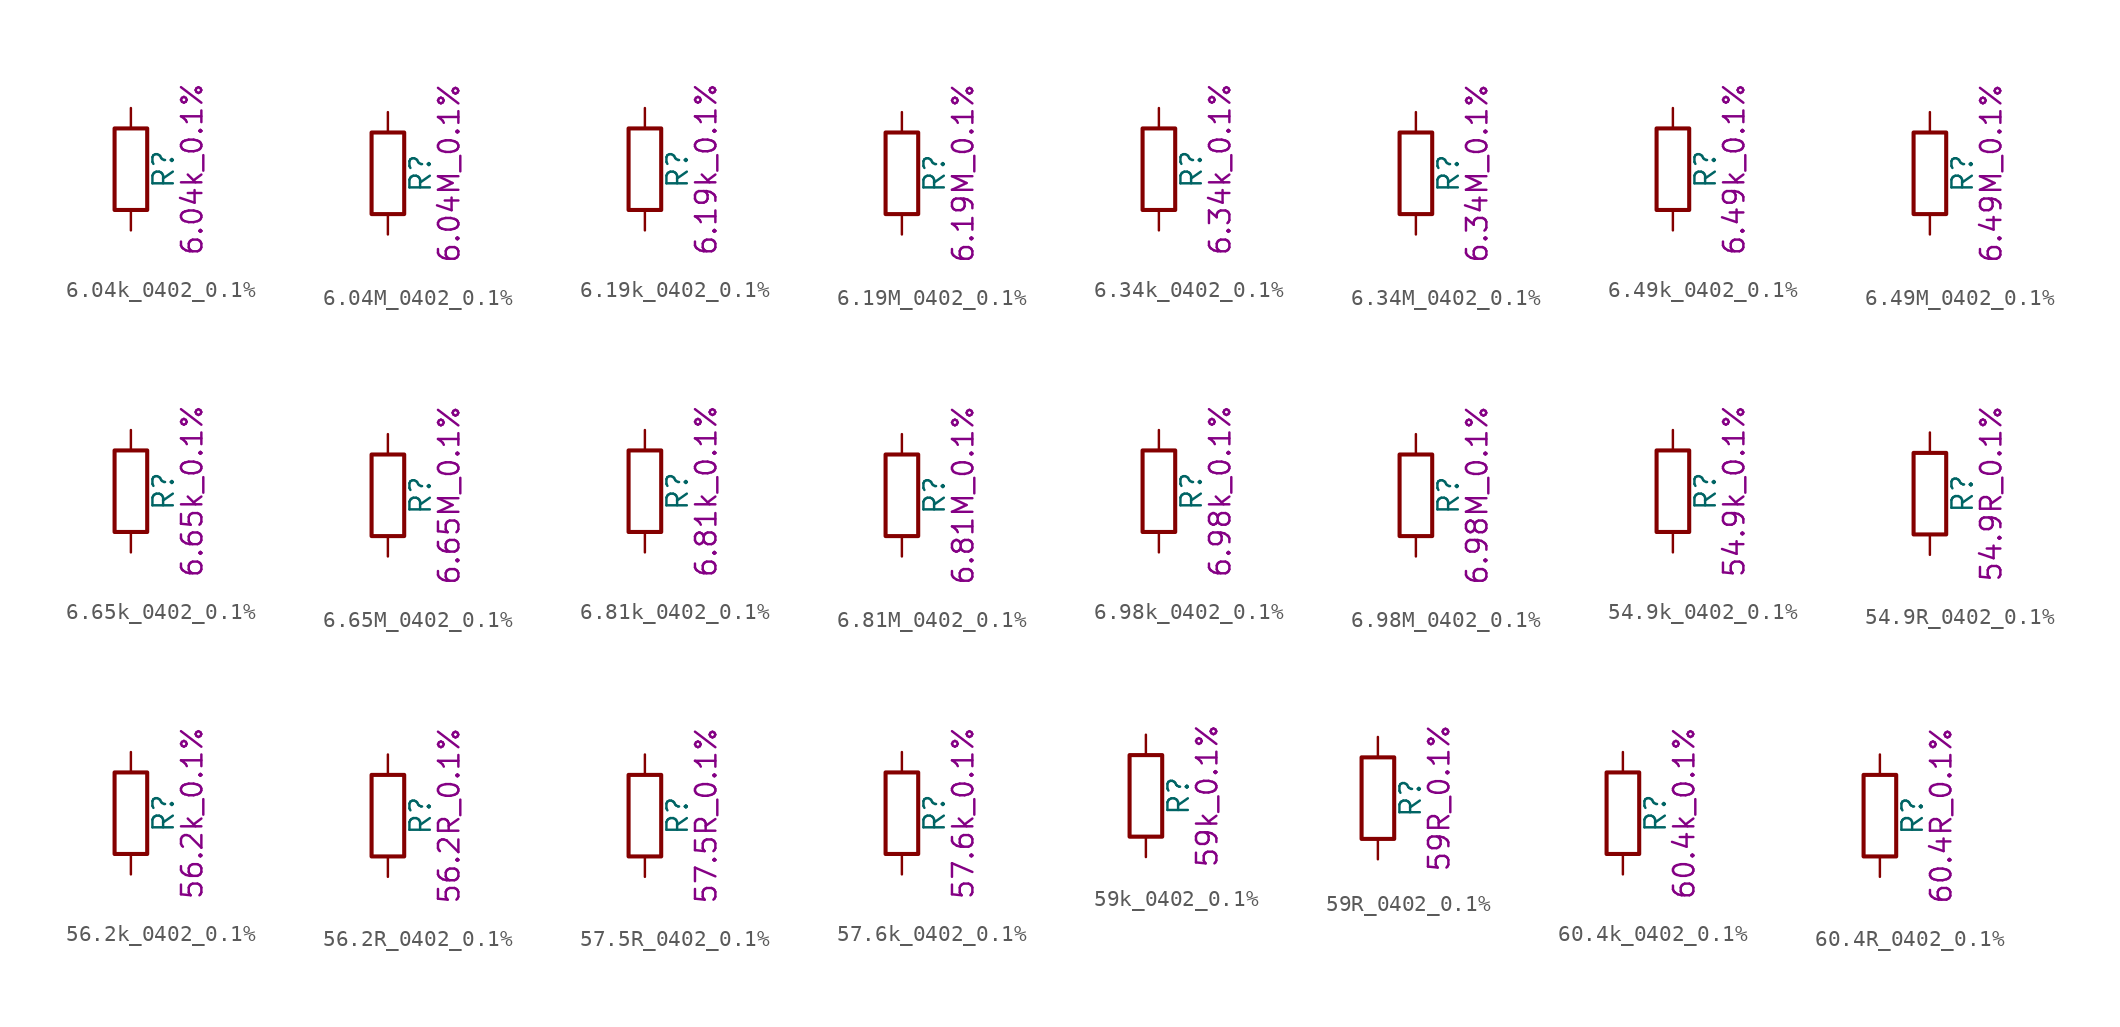
<source format=kicad_sym>
(kicad_symbol_lib
  (version 20211014)
  (generator kicad_symbol_editor)
  (symbol "6.04k_0402_0.1%"
    (pin_numbers hide)
    (pin_names
      (offset 0))
    (property "Reference" "R"
      (at 2.032 0 90)
      (effects (font (size 1.27 1.27))))
    (property "Display" "6.04k_0.1%"
      (at 3.81 0 90)
      (effects (font (size 1.27 1.27))))
    (symbol "6.04k_0402_0.1%_0_1"
      (rectangle (start -1.016 -2.54) (end 1.016 2.54) (stroke (width 0.254) (type default) (color 0 0 0 0)) (fill (type none))))
    (symbol "6.04k_0402_0.1%_1_1"
      (pin passive line (at 0 3.81 270) (length 1.27) (name "~" (effects (font (size 1.27 1.27)))) (number "1" (effects (font (size 1.27 1.27)))))
      (pin passive line (at 0 -3.81 90) (length 1.27) (name "~" (effects (font (size 1.27 1.27)))) (number "2" (effects (font (size 1.27 1.27)))))))
  (symbol "6.04M_0402_0.1%"
    (pin_numbers hide)
    (pin_names
      (offset 0))
    (property "Reference" "R"
      (at 2.032 0 90)
      (effects (font (size 1.27 1.27))))
    (property "Display" "6.04M_0.1%"
      (at 3.81 0 90)
      (effects (font (size 1.27 1.27))))
    (symbol "6.04M_0402_0.1%_0_1"
      (rectangle (start -1.016 -2.54) (end 1.016 2.54) (stroke (width 0.254) (type default) (color 0 0 0 0)) (fill (type none))))
    (symbol "6.04M_0402_0.1%_1_1"
      (pin passive line (at 0 3.81 270) (length 1.27) (name "~" (effects (font (size 1.27 1.27)))) (number "1" (effects (font (size 1.27 1.27)))))
      (pin passive line (at 0 -3.81 90) (length 1.27) (name "~" (effects (font (size 1.27 1.27)))) (number "2" (effects (font (size 1.27 1.27)))))))
  (symbol "6.19k_0402_0.1%"
    (pin_numbers hide)
    (pin_names
      (offset 0))
    (property "Reference" "R"
      (at 2.032 0 90)
      (effects (font (size 1.27 1.27))))
    (property "Display" "6.19k_0.1%"
      (at 3.81 0 90)
      (effects (font (size 1.27 1.27))))
    (symbol "6.19k_0402_0.1%_0_1"
      (rectangle (start -1.016 -2.54) (end 1.016 2.54) (stroke (width 0.254) (type default) (color 0 0 0 0)) (fill (type none))))
    (symbol "6.19k_0402_0.1%_1_1"
      (pin passive line (at 0 3.81 270) (length 1.27) (name "~" (effects (font (size 1.27 1.27)))) (number "1" (effects (font (size 1.27 1.27)))))
      (pin passive line (at 0 -3.81 90) (length 1.27) (name "~" (effects (font (size 1.27 1.27)))) (number "2" (effects (font (size 1.27 1.27)))))))
  (symbol "6.19M_0402_0.1%"
    (pin_numbers hide)
    (pin_names
      (offset 0))
    (property "Reference" "R"
      (at 2.032 0 90)
      (effects (font (size 1.27 1.27))))
    (property "Display" "6.19M_0.1%"
      (at 3.81 0 90)
      (effects (font (size 1.27 1.27))))
    (symbol "6.19M_0402_0.1%_0_1"
      (rectangle (start -1.016 -2.54) (end 1.016 2.54) (stroke (width 0.254) (type default) (color 0 0 0 0)) (fill (type none))))
    (symbol "6.19M_0402_0.1%_1_1"
      (pin passive line (at 0 3.81 270) (length 1.27) (name "~" (effects (font (size 1.27 1.27)))) (number "1" (effects (font (size 1.27 1.27)))))
      (pin passive line (at 0 -3.81 90) (length 1.27) (name "~" (effects (font (size 1.27 1.27)))) (number "2" (effects (font (size 1.27 1.27)))))))
  (symbol "6.34k_0402_0.1%"
    (pin_numbers hide)
    (pin_names
      (offset 0))
    (property "Reference" "R"
      (at 2.032 0 90)
      (effects (font (size 1.27 1.27))))
    (property "Display" "6.34k_0.1%"
      (at 3.81 0 90)
      (effects (font (size 1.27 1.27))))
    (symbol "6.34k_0402_0.1%_0_1"
      (rectangle (start -1.016 -2.54) (end 1.016 2.54) (stroke (width 0.254) (type default) (color 0 0 0 0)) (fill (type none))))
    (symbol "6.34k_0402_0.1%_1_1"
      (pin passive line (at 0 3.81 270) (length 1.27) (name "~" (effects (font (size 1.27 1.27)))) (number "1" (effects (font (size 1.27 1.27)))))
      (pin passive line (at 0 -3.81 90) (length 1.27) (name "~" (effects (font (size 1.27 1.27)))) (number "2" (effects (font (size 1.27 1.27)))))))
  (symbol "6.34M_0402_0.1%"
    (pin_numbers hide)
    (pin_names
      (offset 0))
    (property "Reference" "R"
      (at 2.032 0 90)
      (effects (font (size 1.27 1.27))))
    (property "Display" "6.34M_0.1%"
      (at 3.81 0 90)
      (effects (font (size 1.27 1.27))))
    (symbol "6.34M_0402_0.1%_0_1"
      (rectangle (start -1.016 -2.54) (end 1.016 2.54) (stroke (width 0.254) (type default) (color 0 0 0 0)) (fill (type none))))
    (symbol "6.34M_0402_0.1%_1_1"
      (pin passive line (at 0 3.81 270) (length 1.27) (name "~" (effects (font (size 1.27 1.27)))) (number "1" (effects (font (size 1.27 1.27)))))
      (pin passive line (at 0 -3.81 90) (length 1.27) (name "~" (effects (font (size 1.27 1.27)))) (number "2" (effects (font (size 1.27 1.27)))))))
  (symbol "6.49k_0402_0.1%"
    (pin_numbers hide)
    (pin_names
      (offset 0))
    (property "Reference" "R"
      (at 2.032 0 90)
      (effects (font (size 1.27 1.27))))
    (property "Display" "6.49k_0.1%"
      (at 3.81 0 90)
      (effects (font (size 1.27 1.27))))
    (symbol "6.49k_0402_0.1%_0_1"
      (rectangle (start -1.016 -2.54) (end 1.016 2.54) (stroke (width 0.254) (type default) (color 0 0 0 0)) (fill (type none))))
    (symbol "6.49k_0402_0.1%_1_1"
      (pin passive line (at 0 3.81 270) (length 1.27) (name "~" (effects (font (size 1.27 1.27)))) (number "1" (effects (font (size 1.27 1.27)))))
      (pin passive line (at 0 -3.81 90) (length 1.27) (name "~" (effects (font (size 1.27 1.27)))) (number "2" (effects (font (size 1.27 1.27)))))))
  (symbol "6.49M_0402_0.1%"
    (pin_numbers hide)
    (pin_names
      (offset 0))
    (property "Reference" "R"
      (at 2.032 0 90)
      (effects (font (size 1.27 1.27))))
    (property "Display" "6.49M_0.1%"
      (at 3.81 0 90)
      (effects (font (size 1.27 1.27))))
    (symbol "6.49M_0402_0.1%_0_1"
      (rectangle (start -1.016 -2.54) (end 1.016 2.54) (stroke (width 0.254) (type default) (color 0 0 0 0)) (fill (type none))))
    (symbol "6.49M_0402_0.1%_1_1"
      (pin passive line (at 0 3.81 270) (length 1.27) (name "~" (effects (font (size 1.27 1.27)))) (number "1" (effects (font (size 1.27 1.27)))))
      (pin passive line (at 0 -3.81 90) (length 1.27) (name "~" (effects (font (size 1.27 1.27)))) (number "2" (effects (font (size 1.27 1.27)))))))
  (symbol "6.65k_0402_0.1%"
    (pin_numbers hide)
    (pin_names
      (offset 0))
    (property "Reference" "R"
      (at 2.032 0 90)
      (effects (font (size 1.27 1.27))))
    (property "Display" "6.65k_0.1%"
      (at 3.81 0 90)
      (effects (font (size 1.27 1.27))))
    (symbol "6.65k_0402_0.1%_0_1"
      (rectangle (start -1.016 -2.54) (end 1.016 2.54) (stroke (width 0.254) (type default) (color 0 0 0 0)) (fill (type none))))
    (symbol "6.65k_0402_0.1%_1_1"
      (pin passive line (at 0 3.81 270) (length 1.27) (name "~" (effects (font (size 1.27 1.27)))) (number "1" (effects (font (size 1.27 1.27)))))
      (pin passive line (at 0 -3.81 90) (length 1.27) (name "~" (effects (font (size 1.27 1.27)))) (number "2" (effects (font (size 1.27 1.27)))))))
  (symbol "6.65M_0402_0.1%"
    (pin_numbers hide)
    (pin_names
      (offset 0))
    (property "Reference" "R"
      (at 2.032 0 90)
      (effects (font (size 1.27 1.27))))
    (property "Display" "6.65M_0.1%"
      (at 3.81 0 90)
      (effects (font (size 1.27 1.27))))
    (symbol "6.65M_0402_0.1%_0_1"
      (rectangle (start -1.016 -2.54) (end 1.016 2.54) (stroke (width 0.254) (type default) (color 0 0 0 0)) (fill (type none))))
    (symbol "6.65M_0402_0.1%_1_1"
      (pin passive line (at 0 3.81 270) (length 1.27) (name "~" (effects (font (size 1.27 1.27)))) (number "1" (effects (font (size 1.27 1.27)))))
      (pin passive line (at 0 -3.81 90) (length 1.27) (name "~" (effects (font (size 1.27 1.27)))) (number "2" (effects (font (size 1.27 1.27)))))))
  (symbol "6.81k_0402_0.1%"
    (pin_numbers hide)
    (pin_names
      (offset 0))
    (property "Reference" "R"
      (at 2.032 0 90)
      (effects (font (size 1.27 1.27))))
    (property "Display" "6.81k_0.1%"
      (at 3.81 0 90)
      (effects (font (size 1.27 1.27))))
    (symbol "6.81k_0402_0.1%_0_1"
      (rectangle (start -1.016 -2.54) (end 1.016 2.54) (stroke (width 0.254) (type default) (color 0 0 0 0)) (fill (type none))))
    (symbol "6.81k_0402_0.1%_1_1"
      (pin passive line (at 0 3.81 270) (length 1.27) (name "~" (effects (font (size 1.27 1.27)))) (number "1" (effects (font (size 1.27 1.27)))))
      (pin passive line (at 0 -3.81 90) (length 1.27) (name "~" (effects (font (size 1.27 1.27)))) (number "2" (effects (font (size 1.27 1.27)))))))
  (symbol "6.81M_0402_0.1%"
    (pin_numbers hide)
    (pin_names
      (offset 0))
    (property "Reference" "R"
      (at 2.032 0 90)
      (effects (font (size 1.27 1.27))))
    (property "Display" "6.81M_0.1%"
      (at 3.81 0 90)
      (effects (font (size 1.27 1.27))))
    (symbol "6.81M_0402_0.1%_0_1"
      (rectangle (start -1.016 -2.54) (end 1.016 2.54) (stroke (width 0.254) (type default) (color 0 0 0 0)) (fill (type none))))
    (symbol "6.81M_0402_0.1%_1_1"
      (pin passive line (at 0 3.81 270) (length 1.27) (name "~" (effects (font (size 1.27 1.27)))) (number "1" (effects (font (size 1.27 1.27)))))
      (pin passive line (at 0 -3.81 90) (length 1.27) (name "~" (effects (font (size 1.27 1.27)))) (number "2" (effects (font (size 1.27 1.27)))))))
  (symbol "6.98k_0402_0.1%"
    (pin_numbers hide)
    (pin_names
      (offset 0))
    (property "Reference" "R"
      (at 2.032 0 90)
      (effects (font (size 1.27 1.27))))
    (property "Display" "6.98k_0.1%"
      (at 3.81 0 90)
      (effects (font (size 1.27 1.27))))
    (symbol "6.98k_0402_0.1%_0_1"
      (rectangle (start -1.016 -2.54) (end 1.016 2.54) (stroke (width 0.254) (type default) (color 0 0 0 0)) (fill (type none))))
    (symbol "6.98k_0402_0.1%_1_1"
      (pin passive line (at 0 3.81 270) (length 1.27) (name "~" (effects (font (size 1.27 1.27)))) (number "1" (effects (font (size 1.27 1.27)))))
      (pin passive line (at 0 -3.81 90) (length 1.27) (name "~" (effects (font (size 1.27 1.27)))) (number "2" (effects (font (size 1.27 1.27)))))))
  (symbol "6.98M_0402_0.1%"
    (pin_numbers hide)
    (pin_names
      (offset 0))
    (property "Reference" "R"
      (at 2.032 0 90)
      (effects (font (size 1.27 1.27))))
    (property "Display" "6.98M_0.1%"
      (at 3.81 0 90)
      (effects (font (size 1.27 1.27))))
    (symbol "6.98M_0402_0.1%_0_1"
      (rectangle (start -1.016 -2.54) (end 1.016 2.54) (stroke (width 0.254) (type default) (color 0 0 0 0)) (fill (type none))))
    (symbol "6.98M_0402_0.1%_1_1"
      (pin passive line (at 0 3.81 270) (length 1.27) (name "~" (effects (font (size 1.27 1.27)))) (number "1" (effects (font (size 1.27 1.27)))))
      (pin passive line (at 0 -3.81 90) (length 1.27) (name "~" (effects (font (size 1.27 1.27)))) (number "2" (effects (font (size 1.27 1.27)))))))
  (symbol "54.9k_0402_0.1%"
    (pin_numbers hide)
    (pin_names
      (offset 0))
    (property "Reference" "R"
      (at 2.032 0 90)
      (effects (font (size 1.27 1.27))))
    (property "Display" "54.9k_0.1%"
      (at 3.81 0 90)
      (effects (font (size 1.27 1.27))))
    (symbol "54.9k_0402_0.1%_0_1"
      (rectangle (start -1.016 -2.54) (end 1.016 2.54) (stroke (width 0.254) (type default) (color 0 0 0 0)) (fill (type none))))
    (symbol "54.9k_0402_0.1%_1_1"
      (pin passive line (at 0 3.81 270) (length 1.27) (name "~" (effects (font (size 1.27 1.27)))) (number "1" (effects (font (size 1.27 1.27)))))
      (pin passive line (at 0 -3.81 90) (length 1.27) (name "~" (effects (font (size 1.27 1.27)))) (number "2" (effects (font (size 1.27 1.27)))))))
  (symbol "54.9R_0402_0.1%"
    (pin_numbers hide)
    (pin_names
      (offset 0))
    (property "Reference" "R"
      (at 2.032 0 90)
      (effects (font (size 1.27 1.27))))
    (property "Display" "54.9R_0.1%"
      (at 3.81 0 90)
      (effects (font (size 1.27 1.27))))
    (symbol "54.9R_0402_0.1%_0_1"
      (rectangle (start -1.016 -2.54) (end 1.016 2.54) (stroke (width 0.254) (type default) (color 0 0 0 0)) (fill (type none))))
    (symbol "54.9R_0402_0.1%_1_1"
      (pin passive line (at 0 3.81 270) (length 1.27) (name "~" (effects (font (size 1.27 1.27)))) (number "1" (effects (font (size 1.27 1.27)))))
      (pin passive line (at 0 -3.81 90) (length 1.27) (name "~" (effects (font (size 1.27 1.27)))) (number "2" (effects (font (size 1.27 1.27)))))))
  (symbol "56.2k_0402_0.1%"
    (pin_numbers hide)
    (pin_names
      (offset 0))
    (property "Reference" "R"
      (at 2.032 0 90)
      (effects (font (size 1.27 1.27))))
    (property "Display" "56.2k_0.1%"
      (at 3.81 0 90)
      (effects (font (size 1.27 1.27))))
    (symbol "56.2k_0402_0.1%_0_1"
      (rectangle (start -1.016 -2.54) (end 1.016 2.54) (stroke (width 0.254) (type default) (color 0 0 0 0)) (fill (type none))))
    (symbol "56.2k_0402_0.1%_1_1"
      (pin passive line (at 0 3.81 270) (length 1.27) (name "~" (effects (font (size 1.27 1.27)))) (number "1" (effects (font (size 1.27 1.27)))))
      (pin passive line (at 0 -3.81 90) (length 1.27) (name "~" (effects (font (size 1.27 1.27)))) (number "2" (effects (font (size 1.27 1.27)))))))
  (symbol "56.2R_0402_0.1%"
    (pin_numbers hide)
    (pin_names
      (offset 0))
    (property "Reference" "R"
      (at 2.032 0 90)
      (effects (font (size 1.27 1.27))))
    (property "Display" "56.2R_0.1%"
      (at 3.81 0 90)
      (effects (font (size 1.27 1.27))))
    (symbol "56.2R_0402_0.1%_0_1"
      (rectangle (start -1.016 -2.54) (end 1.016 2.54) (stroke (width 0.254) (type default) (color 0 0 0 0)) (fill (type none))))
    (symbol "56.2R_0402_0.1%_1_1"
      (pin passive line (at 0 3.81 270) (length 1.27) (name "~" (effects (font (size 1.27 1.27)))) (number "1" (effects (font (size 1.27 1.27)))))
      (pin passive line (at 0 -3.81 90) (length 1.27) (name "~" (effects (font (size 1.27 1.27)))) (number "2" (effects (font (size 1.27 1.27)))))))
  (symbol "57.5R_0402_0.1%"
    (pin_numbers hide)
    (pin_names
      (offset 0))
    (property "Reference" "R"
      (at 2.032 0 90)
      (effects (font (size 1.27 1.27))))
    (property "Display" "57.5R_0.1%"
      (at 3.81 0 90)
      (effects (font (size 1.27 1.27))))
    (symbol "57.5R_0402_0.1%_0_1"
      (rectangle (start -1.016 -2.54) (end 1.016 2.54) (stroke (width 0.254) (type default) (color 0 0 0 0)) (fill (type none))))
    (symbol "57.5R_0402_0.1%_1_1"
      (pin passive line (at 0 3.81 270) (length 1.27) (name "~" (effects (font (size 1.27 1.27)))) (number "1" (effects (font (size 1.27 1.27)))))
      (pin passive line (at 0 -3.81 90) (length 1.27) (name "~" (effects (font (size 1.27 1.27)))) (number "2" (effects (font (size 1.27 1.27)))))))
  (symbol "57.6k_0402_0.1%"
    (pin_numbers hide)
    (pin_names
      (offset 0))
    (property "Reference" "R"
      (at 2.032 0 90)
      (effects (font (size 1.27 1.27))))
    (property "Display" "57.6k_0.1%"
      (at 3.81 0 90)
      (effects (font (size 1.27 1.27))))
    (symbol "57.6k_0402_0.1%_0_1"
      (rectangle (start -1.016 -2.54) (end 1.016 2.54) (stroke (width 0.254) (type default) (color 0 0 0 0)) (fill (type none))))
    (symbol "57.6k_0402_0.1%_1_1"
      (pin passive line (at 0 3.81 270) (length 1.27) (name "~" (effects (font (size 1.27 1.27)))) (number "1" (effects (font (size 1.27 1.27)))))
      (pin passive line (at 0 -3.81 90) (length 1.27) (name "~" (effects (font (size 1.27 1.27)))) (number "2" (effects (font (size 1.27 1.27)))))))
  (symbol "59k_0402_0.1%"
    (pin_numbers hide)
    (pin_names
      (offset 0))
    (property "Reference" "R"
      (at 2.032 0 90)
      (effects (font (size 1.27 1.27))))
    (property "Display" "59k_0.1%"
      (at 3.81 0 90)
      (effects (font (size 1.27 1.27))))
    (symbol "59k_0402_0.1%_0_1"
      (rectangle (start -1.016 -2.54) (end 1.016 2.54) (stroke (width 0.254) (type default) (color 0 0 0 0)) (fill (type none))))
    (symbol "59k_0402_0.1%_1_1"
      (pin passive line (at 0 3.81 270) (length 1.27) (name "~" (effects (font (size 1.27 1.27)))) (number "1" (effects (font (size 1.27 1.27)))))
      (pin passive line (at 0 -3.81 90) (length 1.27) (name "~" (effects (font (size 1.27 1.27)))) (number "2" (effects (font (size 1.27 1.27)))))))
  (symbol "59R_0402_0.1%"
    (pin_numbers hide)
    (pin_names
      (offset 0))
    (property "Reference" "R"
      (at 2.032 0 90)
      (effects (font (size 1.27 1.27))))
    (property "Display" "59R_0.1%"
      (at 3.81 0 90)
      (effects (font (size 1.27 1.27))))
    (symbol "59R_0402_0.1%_0_1"
      (rectangle (start -1.016 -2.54) (end 1.016 2.54) (stroke (width 0.254) (type default) (color 0 0 0 0)) (fill (type none))))
    (symbol "59R_0402_0.1%_1_1"
      (pin passive line (at 0 3.81 270) (length 1.27) (name "~" (effects (font (size 1.27 1.27)))) (number "1" (effects (font (size 1.27 1.27)))))
      (pin passive line (at 0 -3.81 90) (length 1.27) (name "~" (effects (font (size 1.27 1.27)))) (number "2" (effects (font (size 1.27 1.27)))))))
  (symbol "60.4k_0402_0.1%"
    (pin_numbers hide)
    (pin_names
      (offset 0))
    (property "Reference" "R"
      (at 2.032 0 90)
      (effects (font (size 1.27 1.27))))
    (property "Display" "60.4k_0.1%"
      (at 3.81 0 90)
      (effects (font (size 1.27 1.27))))
    (symbol "60.4k_0402_0.1%_0_1"
      (rectangle (start -1.016 -2.54) (end 1.016 2.54) (stroke (width 0.254) (type default) (color 0 0 0 0)) (fill (type none))))
    (symbol "60.4k_0402_0.1%_1_1"
      (pin passive line (at 0 3.81 270) (length 1.27) (name "~" (effects (font (size 1.27 1.27)))) (number "1" (effects (font (size 1.27 1.27)))))
      (pin passive line (at 0 -3.81 90) (length 1.27) (name "~" (effects (font (size 1.27 1.27)))) (number "2" (effects (font (size 1.27 1.27)))))))
  (symbol "60.4R_0402_0.1%"
    (pin_numbers hide)
    (pin_names
      (offset 0))
    (property "Reference" "R"
      (at 2.032 0 90)
      (effects (font (size 1.27 1.27))))
    (property "Display" "60.4R_0.1%"
      (at 3.81 0 90)
      (effects (font (size 1.27 1.27))))
    (symbol "60.4R_0402_0.1%_0_1"
      (rectangle (start -1.016 -2.54) (end 1.016 2.54) (stroke (width 0.254) (type default) (color 0 0 0 0)) (fill (type none))))
    (symbol "60.4R_0402_0.1%_1_1"
      (pin passive line (at 0 3.81 270) (length 1.27) (name "~" (effects (font (size 1.27 1.27)))) (number "1" (effects (font (size 1.27 1.27)))))
      (pin passive line (at 0 -3.81 90) (length 1.27) (name "~" (effects (font (size 1.27 1.27)))) (number "2" (effects (font (size 1.27 1.27))))))))
</source>
